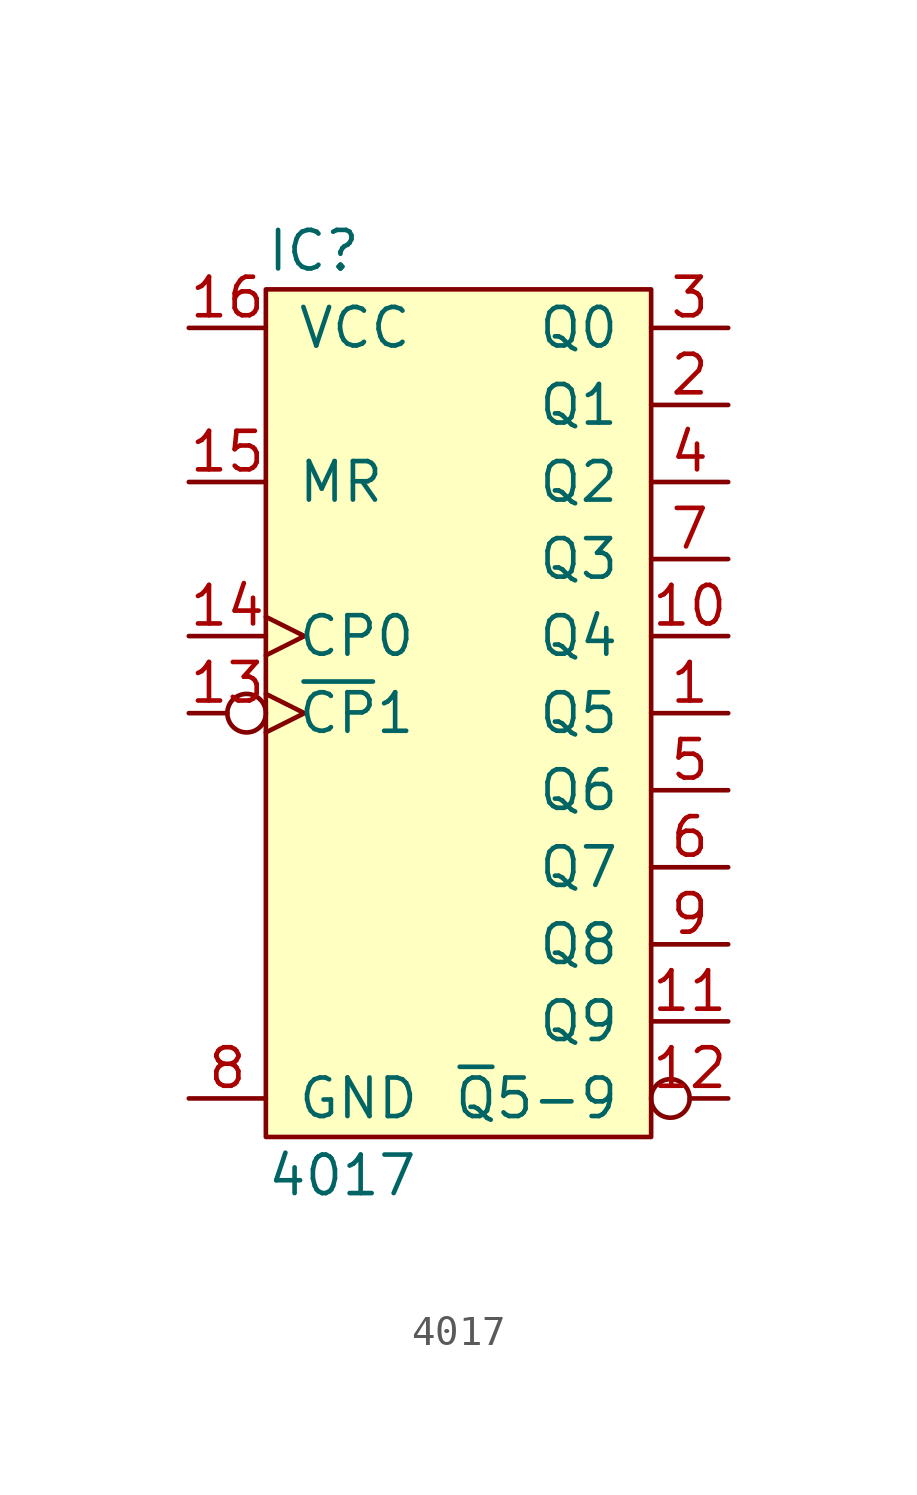
<source format=kicad_sym>
(kicad_symbol_lib
  (version 20211014)
  (generator kicad_symbol_editor)
  (symbol "4017"
    (pin_names
      (offset 1.016))
    (property "Reference" "IC"
      (at -7.62 12.7 0)
      (effects (font (size 1.27 1.27)) (justify left)))
    (property "Value" "4017"
      (at -7.62 -17.78 0)
      (effects (font (size 1.27 1.27)) (justify left)))
    (symbol "4017_0_1"
      (rectangle (start -7.62 11.43) (end 5.08 -16.51) (stroke (width 0) (type default) (color 0 0 0 0)) (fill (type background))))
    (symbol "4017_1_1"
      (pin output line (at 7.62 -2.54 180) (length 2.54) (name "Q5" (effects (font (size 1.27 1.27)))) (number "1" (effects (font (size 1.27 1.27)))))
      (pin output line (at 7.62 0 180) (length 2.54) (name "Q4" (effects (font (size 1.27 1.27)))) (number "10" (effects (font (size 1.27 1.27)))))
      (pin output line (at 7.62 -12.7 180) (length 2.54) (name "Q9" (effects (font (size 1.27 1.27)))) (number "11" (effects (font (size 1.27 1.27)))))
      (pin output inverted (at 7.62 -15.24 180) (length 2.54) (name "~{Q}5-9" (effects (font (size 1.27 1.27)))) (number "12" (effects (font (size 1.27 1.27)))))
      (pin output inverted_clock (at -10.16 -2.54 0) (length 2.54) (name "~{CP}1" (effects (font (size 1.27 1.27)))) (number "13" (effects (font (size 1.27 1.27)))))
      (pin input clock (at -10.16 0 0) (length 2.54) (name "CP0" (effects (font (size 1.27 1.27)))) (number "14" (effects (font (size 1.27 1.27)))))
      (pin input line (at -10.16 5.08 0) (length 2.54) (name "MR" (effects (font (size 1.27 1.27)))) (number "15" (effects (font (size 1.27 1.27)))))
      (pin power_in line (at -10.16 10.16 0) (length 2.54) (name "VCC" (effects (font (size 1.27 1.27)))) (number "16" (effects (font (size 1.27 1.27)))))
      (pin output line (at 7.62 7.62 180) (length 2.54) (name "Q1" (effects (font (size 1.27 1.27)))) (number "2" (effects (font (size 1.27 1.27)))))
      (pin output line (at 7.62 10.16 180) (length 2.54) (name "Q0" (effects (font (size 1.27 1.27)))) (number "3" (effects (font (size 1.27 1.27)))))
      (pin output line (at 7.62 5.08 180) (length 2.54) (name "Q2" (effects (font (size 1.27 1.27)))) (number "4" (effects (font (size 1.27 1.27)))))
      (pin output line (at 7.62 -5.08 180) (length 2.54) (name "Q6" (effects (font (size 1.27 1.27)))) (number "5" (effects (font (size 1.27 1.27)))))
      (pin output line (at 7.62 -7.62 180) (length 2.54) (name "Q7" (effects (font (size 1.27 1.27)))) (number "6" (effects (font (size 1.27 1.27)))))
      (pin output line (at 7.62 2.54 180) (length 2.54) (name "Q3" (effects (font (size 1.27 1.27)))) (number "7" (effects (font (size 1.27 1.27)))))
      (pin power_in line (at -10.16 -15.24 0) (length 2.54) (name "GND" (effects (font (size 1.27 1.27)))) (number "8" (effects (font (size 1.27 1.27)))))
      (pin output line (at 7.62 -10.16 180) (length 2.54) (name "Q8" (effects (font (size 1.27 1.27)))) (number "9" (effects (font (size 1.27 1.27))))))))
</source>
